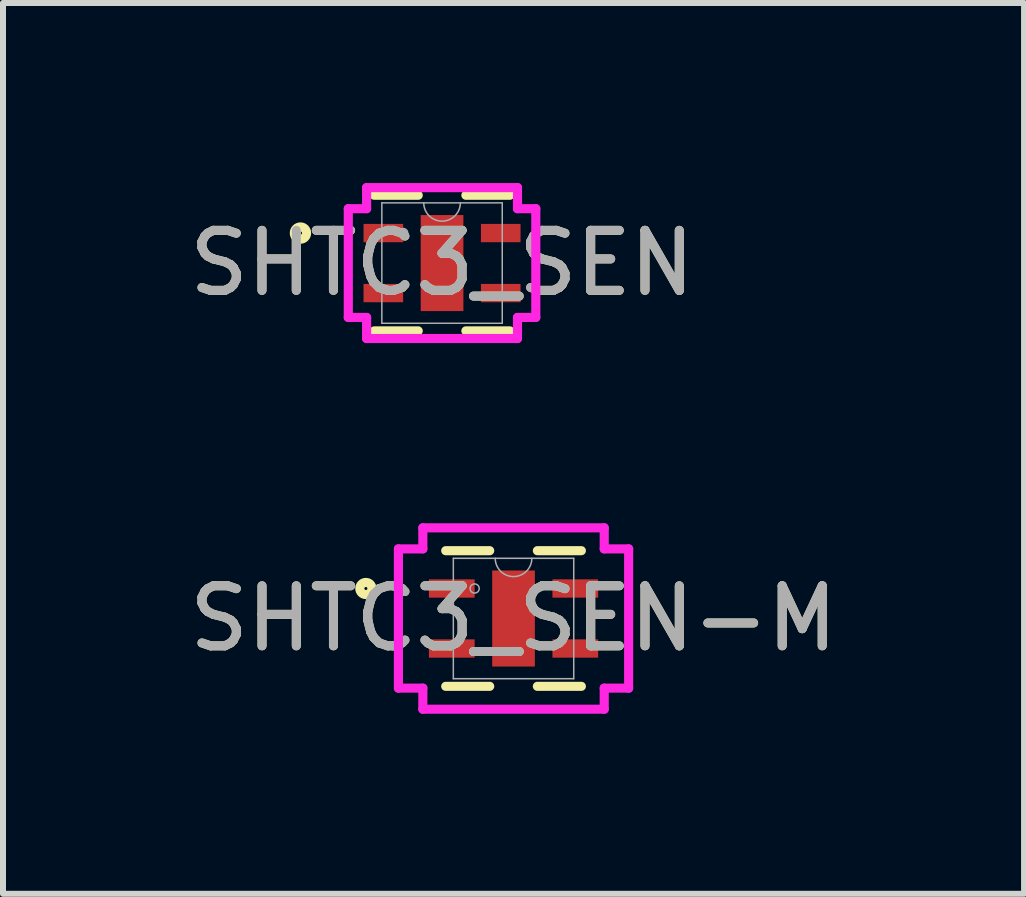
<source format=kicad_pcb>
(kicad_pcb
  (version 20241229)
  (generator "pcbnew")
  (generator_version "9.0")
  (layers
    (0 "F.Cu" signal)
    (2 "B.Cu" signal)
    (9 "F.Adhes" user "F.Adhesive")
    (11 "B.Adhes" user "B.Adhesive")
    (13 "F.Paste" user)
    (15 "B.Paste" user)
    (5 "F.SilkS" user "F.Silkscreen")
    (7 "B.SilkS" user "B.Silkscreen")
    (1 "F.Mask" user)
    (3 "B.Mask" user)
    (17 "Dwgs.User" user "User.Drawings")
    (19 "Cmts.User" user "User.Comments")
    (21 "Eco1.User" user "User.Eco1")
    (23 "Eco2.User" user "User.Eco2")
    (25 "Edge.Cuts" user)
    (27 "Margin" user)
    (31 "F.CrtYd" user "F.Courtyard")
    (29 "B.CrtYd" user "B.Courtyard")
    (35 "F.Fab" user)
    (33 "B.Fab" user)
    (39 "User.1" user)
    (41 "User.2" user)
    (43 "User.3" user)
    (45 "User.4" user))
  (footprint "SHTC3_SEN"
    (layer "F.Cu")
    (at 4.315 1.333)
    (property "Reference" "SHTC3_SEN" (at 0 0 0) (unlocked yes) (layer "F.SilkS") (effects (font (size 1 1) (thickness 0.15))))
    (attr smd)
    (fp_line (start -1.13 1.13) (end -0.397 1.13) (stroke (width 0.152) (type solid)) (layer "F.SilkS"))
    (fp_line (start -0.397 -1.13) (end -1.13 -1.13) (stroke (width 0.152) (type solid)) (layer "F.SilkS"))
    (fp_line (start 0.397 1.13) (end 1.13 1.13) (stroke (width 0.152) (type solid)) (layer "F.SilkS"))
    (fp_line (start 1.13 -1.13) (end 0.397 -1.13) (stroke (width 0.152) (type solid)) (layer "F.SilkS"))
    (fp_circle (center -2.359 -0.5) (end -2.257 -0.5) (stroke (width 0.152) (type solid)) (fill no) (layer "F.SilkS"))
    (fp_line (start -1.562 -0.906) (end -1.257 -0.906) (stroke (width 0.152) (type solid)) (layer "F.CrtYd"))
    (fp_line (start -1.562 0.906) (end -1.562 -0.906) (stroke (width 0.152) (type solid)) (layer "F.CrtYd"))
    (fp_line (start -1.562 0.906) (end -1.257 0.906) (stroke (width 0.152) (type solid)) (layer "F.CrtYd"))
    (fp_line (start -1.257 -1.257) (end 1.257 -1.257) (stroke (width 0.152) (type solid)) (layer "F.CrtYd"))
    (fp_line (start -1.257 -0.906) (end -1.257 -1.257) (stroke (width 0.152) (type solid)) (layer "F.CrtYd"))
    (fp_line (start -1.257 1.257) (end -1.257 0.906) (stroke (width 0.152) (type solid)) (layer "F.CrtYd"))
    (fp_line (start 1.257 -1.257) (end 1.257 -0.906) (stroke (width 0.152) (type solid)) (layer "F.CrtYd"))
    (fp_line (start 1.257 0.906) (end 1.257 1.257) (stroke (width 0.152) (type solid)) (layer "F.CrtYd"))
    (fp_line (start 1.257 1.257) (end -1.257 1.257) (stroke (width 0.152) (type solid)) (layer "F.CrtYd"))
    (fp_line (start 1.562 -0.906) (end 1.257 -0.906) (stroke (width 0.152) (type solid)) (layer "F.CrtYd"))
    (fp_line (start 1.562 -0.906) (end 1.562 0.906) (stroke (width 0.152) (type solid)) (layer "F.CrtYd"))
    (fp_line (start 1.562 0.906) (end 1.257 0.906) (stroke (width 0.152) (type solid)) (layer "F.CrtYd"))
    (fp_line (start -1.003 -1.003) (end -1.003 1.003) (stroke (width 0.025) (type solid)) (layer "F.Fab"))
    (fp_line (start -1.003 1.003) (end 1.003 1.003) (stroke (width 0.025) (type solid)) (layer "F.Fab"))
    (fp_line (start 1.003 -1.003) (end -1.003 -1.003) (stroke (width 0.025) (type solid)) (layer "F.Fab"))
    (fp_line (start 1.003 1.003) (end 1.003 -1.003) (stroke (width 0.025) (type solid)) (layer "F.Fab"))
    (fp_arc (start 0.3048 -1.0033) (mid 0 -0.6985) (end -0.3048 -1.0033) (stroke (width 0.0254) (type solid)) (layer "F.Fab"))
    (fp_circle (center -0.648 -0.5) (end -0.572 -0.5) (stroke (width 0.025) (type solid)) (fill no) (layer "F.Fab"))
    (fp_text user "${REFERENCE}" (at 0 0 0) (unlocked yes) (layer "F.Fab") (effects (font (size 1 1) (thickness 0.15))))
    (pad "1" smd rect (at -0.978 -0.5) (size 0.66 0.305) (layers "F.Cu" "F.Mask" "F.Paste"))
    (pad "2" smd rect (at -0.978 0.5) (size 0.66 0.305) (layers "F.Cu" "F.Mask" "F.Paste"))
    (pad "3" smd rect (at 0.978 0.5) (size 0.66 0.305) (layers "F.Cu" "F.Mask" "F.Paste"))
    (pad "4" smd rect (at 0.978 -0.5) (size 0.66 0.305) (layers "F.Cu" "F.Mask" "F.Paste"))
    (pad "5" smd rect (at 0 0) (size 0.711 1.6) (layers "F.Cu" "F.Mask" "F.Paste")))
  (footprint "SHTC3_SEN-M"
    (layer "F.Cu")
    (at 5.506 7.255)
    (property "Reference" "SHTC3_SEN-M" (at 0 0 0) (unlocked yes) (layer "F.SilkS") (effects (font (size 1 1) (thickness 0.15))))
    (attr smd)
    (fp_line (start -1.13 1.13) (end -0.397 1.13) (stroke (width 0.152) (type solid)) (layer "F.SilkS"))
    (fp_line (start -0.397 -1.13) (end -1.13 -1.13) (stroke (width 0.152) (type solid)) (layer "F.SilkS"))
    (fp_line (start 0.397 1.13) (end 1.13 1.13) (stroke (width 0.152) (type solid)) (layer "F.SilkS"))
    (fp_line (start 1.13 -1.13) (end 0.397 -1.13) (stroke (width 0.152) (type solid)) (layer "F.SilkS"))
    (fp_circle (center -2.46 -0.5) (end -2.359 -0.5) (stroke (width 0.152) (type solid)) (fill no) (layer "F.SilkS"))
    (fp_line (start -1.918 -1.16) (end -1.511 -1.16) (stroke (width 0.152) (type solid)) (layer "F.CrtYd"))
    (fp_line (start -1.918 1.16) (end -1.918 -1.16) (stroke (width 0.152) (type solid)) (layer "F.CrtYd"))
    (fp_line (start -1.918 1.16) (end -1.511 1.16) (stroke (width 0.152) (type solid)) (layer "F.CrtYd"))
    (fp_line (start -1.511 -1.511) (end 1.511 -1.511) (stroke (width 0.152) (type solid)) (layer "F.CrtYd"))
    (fp_line (start -1.511 -1.16) (end -1.511 -1.511) (stroke (width 0.152) (type solid)) (layer "F.CrtYd"))
    (fp_line (start -1.511 1.511) (end -1.511 1.16) (stroke (width 0.152) (type solid)) (layer "F.CrtYd"))
    (fp_line (start 1.511 -1.511) (end 1.511 -1.16) (stroke (width 0.152) (type solid)) (layer "F.CrtYd"))
    (fp_line (start 1.511 1.16) (end 1.511 1.511) (stroke (width 0.152) (type solid)) (layer "F.CrtYd"))
    (fp_line (start 1.511 1.511) (end -1.511 1.511) (stroke (width 0.152) (type solid)) (layer "F.CrtYd"))
    (fp_line (start 1.918 -1.16) (end 1.511 -1.16) (stroke (width 0.152) (type solid)) (layer "F.CrtYd"))
    (fp_line (start 1.918 -1.16) (end 1.918 1.16) (stroke (width 0.152) (type solid)) (layer "F.CrtYd"))
    (fp_line (start 1.918 1.16) (end 1.511 1.16) (stroke (width 0.152) (type solid)) (layer "F.CrtYd"))
    (fp_line (start -1.003 -1.003) (end -1.003 1.003) (stroke (width 0.025) (type solid)) (layer "F.Fab"))
    (fp_line (start -1.003 1.003) (end 1.003 1.003) (stroke (width 0.025) (type solid)) (layer "F.Fab"))
    (fp_line (start 1.003 -1.003) (end -1.003 -1.003) (stroke (width 0.025) (type solid)) (layer "F.Fab"))
    (fp_line (start 1.003 1.003) (end 1.003 -1.003) (stroke (width 0.025) (type solid)) (layer "F.Fab"))
    (fp_arc (start 0.3048 -1.0033) (mid 0 -0.6985) (end -0.3048 -1.0033) (stroke (width 0.0254) (type solid)) (layer "F.Fab"))
    (fp_circle (center -0.648 -0.5) (end -0.572 -0.5) (stroke (width 0.025) (type solid)) (fill no) (layer "F.Fab"))
    (fp_text user "${REFERENCE}" (at 0 0 0) (unlocked yes) (layer "F.Fab") (effects (font (size 1 1) (thickness 0.15))))
    (pad "1" smd rect (at -1.029 -0.5) (size 0.762 0.305) (layers "F.Cu" "F.Mask" "F.Paste"))
    (pad "2" smd rect (at -1.029 0.5) (size 0.762 0.305) (layers "F.Cu" "F.Mask" "F.Paste"))
    (pad "3" smd rect (at 1.029 0.5) (size 0.762 0.305) (layers "F.Cu" "F.Mask" "F.Paste"))
    (pad "4" smd rect (at 1.029 -0.5) (size 0.762 0.305) (layers "F.Cu" "F.Mask" "F.Paste"))
    (pad "5" smd rect (at 0 0) (size 0.711 1.6) (layers "F.Cu" "F.Mask" "F.Paste")))
  (gr_rect
    (start -3 -3)
    (end 14.012 11.842)
    (stroke (width 0.1) (type default))
    (fill no)
    (layer "Edge.Cuts")))
</source>
